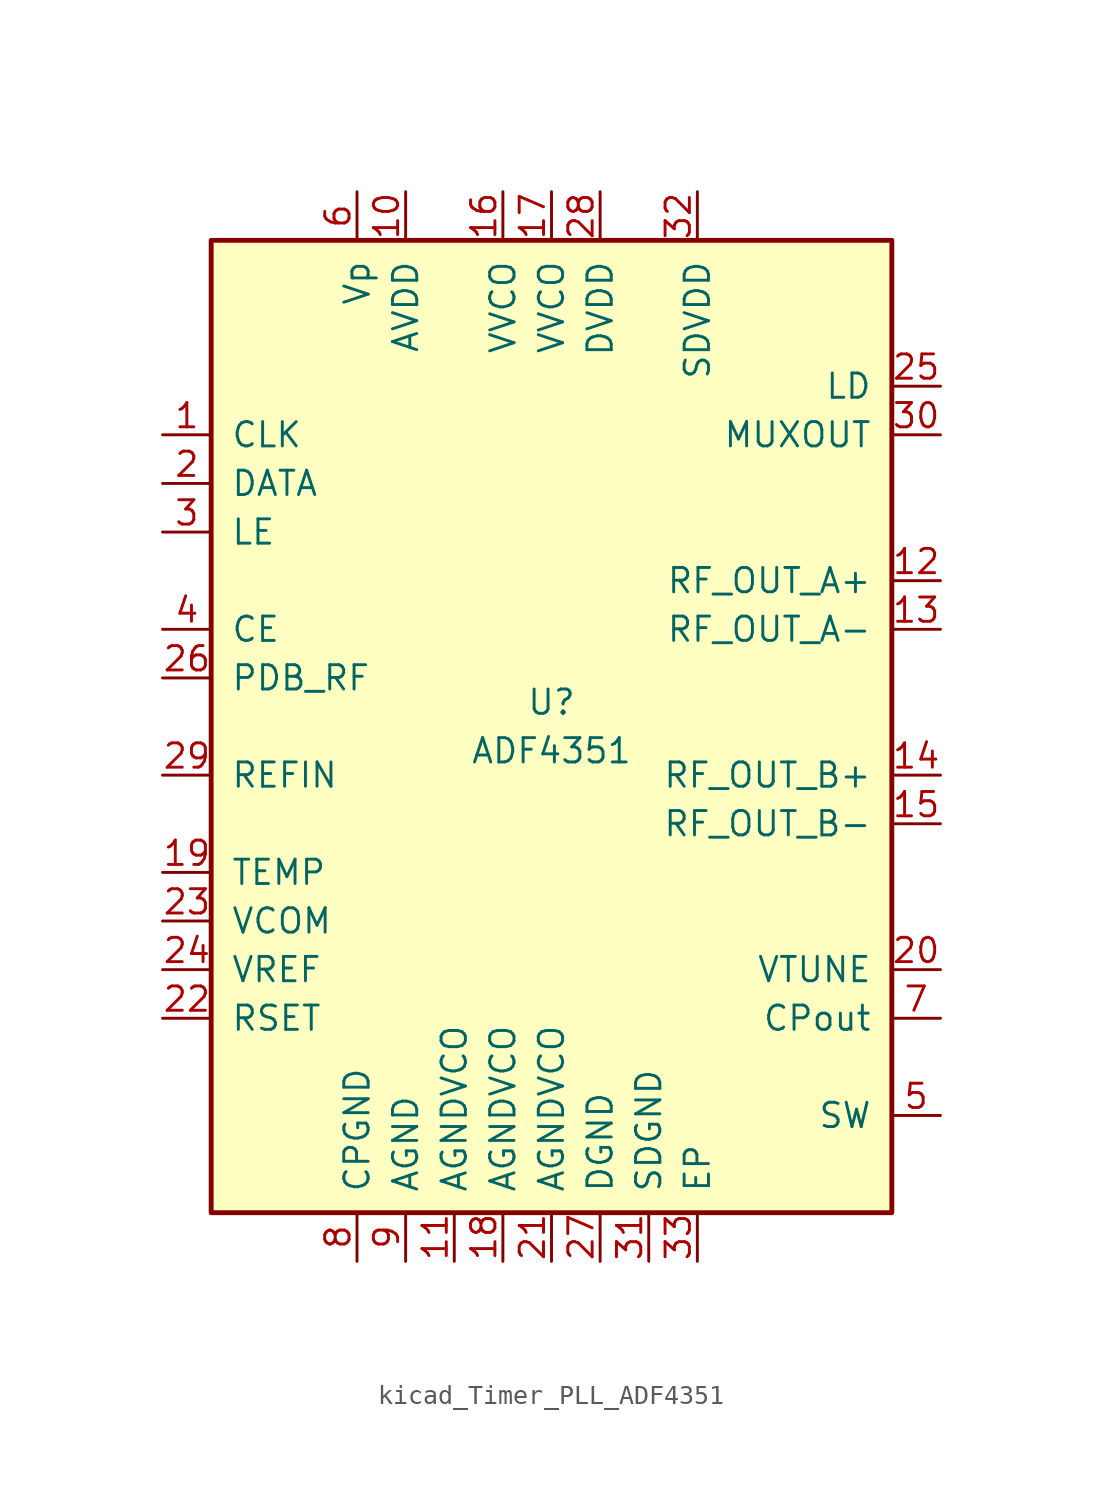
<source format=kicad_sym>
(kicad_symbol_lib
  (version 20220914)
  (generator kicad_symbol_editor)
  (symbol "kicad_Timer_PLL_ADF4351"
    (pin_names
      (offset 1.016))
    (property "Reference" "U"
      (at 0 1.27 0)
      (effects (font (size 1.27 1.27))))
    (property "Value" "ADF4351"
      (at 0 -1.27 0)
      (effects (font (size 1.27 1.27))))
    (symbol "kicad_Timer_PLL_ADF4351_0_1"
      (rectangle (start 17.78 25.4) (end -17.78 -25.4) (stroke (width 0.254) (type default)) (fill (type background))))
    (symbol "kicad_Timer_PLL_ADF4351_1_1"
      (pin input line (at -20.32 15.24 0) (length 2.54) (name "CLK" (effects (font (size 1.27 1.27)))) (number "1" (effects (font (size 1.27 1.27)))))
      (pin power_in line (at -7.62 27.94 270) (length 2.54) (name "AVDD" (effects (font (size 1.27 1.27)))) (number "10" (effects (font (size 1.27 1.27)))))
      (pin power_in line (at -5.08 -27.94 90) (length 2.54) (name "AGNDVCO" (effects (font (size 1.27 1.27)))) (number "11" (effects (font (size 1.27 1.27)))))
      (pin output line (at 20.32 7.62 180) (length 2.54) (name "RF_OUT_A+" (effects (font (size 1.27 1.27)))) (number "12" (effects (font (size 1.27 1.27)))))
      (pin output line (at 20.32 5.08 180) (length 2.54) (name "RF_OUT_A-" (effects (font (size 1.27 1.27)))) (number "13" (effects (font (size 1.27 1.27)))))
      (pin output line (at 20.32 -2.54 180) (length 2.54) (name "RF_OUT_B+" (effects (font (size 1.27 1.27)))) (number "14" (effects (font (size 1.27 1.27)))))
      (pin output line (at 20.32 -5.08 180) (length 2.54) (name "RF_OUT_B-" (effects (font (size 1.27 1.27)))) (number "15" (effects (font (size 1.27 1.27)))))
      (pin power_in line (at -2.54 27.94 270) (length 2.54) (name "VVCO" (effects (font (size 1.27 1.27)))) (number "16" (effects (font (size 1.27 1.27)))))
      (pin power_in line (at 0 27.94 270) (length 2.54) (name "VVCO" (effects (font (size 1.27 1.27)))) (number "17" (effects (font (size 1.27 1.27)))))
      (pin power_in line (at -2.54 -27.94 90) (length 2.54) (name "AGNDVCO" (effects (font (size 1.27 1.27)))) (number "18" (effects (font (size 1.27 1.27)))))
      (pin input line (at -20.32 -7.62 0) (length 2.54) (name "TEMP" (effects (font (size 1.27 1.27)))) (number "19" (effects (font (size 1.27 1.27)))))
      (pin input line (at -20.32 12.7 0) (length 2.54) (name "DATA" (effects (font (size 1.27 1.27)))) (number "2" (effects (font (size 1.27 1.27)))))
      (pin input line (at 20.32 -12.7 180) (length 2.54) (name "VTUNE" (effects (font (size 1.27 1.27)))) (number "20" (effects (font (size 1.27 1.27)))))
      (pin power_in line (at 0 -27.94 90) (length 2.54) (name "AGNDVCO" (effects (font (size 1.27 1.27)))) (number "21" (effects (font (size 1.27 1.27)))))
      (pin input line (at -20.32 -15.24 0) (length 2.54) (name "RSET" (effects (font (size 1.27 1.27)))) (number "22" (effects (font (size 1.27 1.27)))))
      (pin input line (at -20.32 -10.16 0) (length 2.54) (name "VCOM" (effects (font (size 1.27 1.27)))) (number "23" (effects (font (size 1.27 1.27)))))
      (pin input line (at -20.32 -12.7 0) (length 2.54) (name "VREF" (effects (font (size 1.27 1.27)))) (number "24" (effects (font (size 1.27 1.27)))))
      (pin input line (at 20.32 17.78 180) (length 2.54) (name "LD" (effects (font (size 1.27 1.27)))) (number "25" (effects (font (size 1.27 1.27)))))
      (pin input line (at -20.32 2.54 0) (length 2.54) (name "PDB_RF" (effects (font (size 1.27 1.27)))) (number "26" (effects (font (size 1.27 1.27)))))
      (pin power_in line (at 2.54 -27.94 90) (length 2.54) (name "DGND" (effects (font (size 1.27 1.27)))) (number "27" (effects (font (size 1.27 1.27)))))
      (pin power_in line (at 2.54 27.94 270) (length 2.54) (name "DVDD" (effects (font (size 1.27 1.27)))) (number "28" (effects (font (size 1.27 1.27)))))
      (pin input line (at -20.32 -2.54 0) (length 2.54) (name "REFIN" (effects (font (size 1.27 1.27)))) (number "29" (effects (font (size 1.27 1.27)))))
      (pin input line (at -20.32 10.16 0) (length 2.54) (name "LE" (effects (font (size 1.27 1.27)))) (number "3" (effects (font (size 1.27 1.27)))))
      (pin output line (at 20.32 15.24 180) (length 2.54) (name "MUXOUT" (effects (font (size 1.27 1.27)))) (number "30" (effects (font (size 1.27 1.27)))))
      (pin power_in line (at 5.08 -27.94 90) (length 2.54) (name "SDGND" (effects (font (size 1.27 1.27)))) (number "31" (effects (font (size 1.27 1.27)))))
      (pin power_in line (at 7.62 27.94 270) (length 2.54) (name "SDVDD" (effects (font (size 1.27 1.27)))) (number "32" (effects (font (size 1.27 1.27)))))
      (pin power_in line (at 7.62 -27.94 90) (length 2.54) (name "EP" (effects (font (size 1.27 1.27)))) (number "33" (effects (font (size 1.27 1.27)))))
      (pin input line (at -20.32 5.08 0) (length 2.54) (name "CE" (effects (font (size 1.27 1.27)))) (number "4" (effects (font (size 1.27 1.27)))))
      (pin input line (at 20.32 -20.32 180) (length 2.54) (name "SW" (effects (font (size 1.27 1.27)))) (number "5" (effects (font (size 1.27 1.27)))))
      (pin power_in line (at -10.16 27.94 270) (length 2.54) (name "Vp" (effects (font (size 1.27 1.27)))) (number "6" (effects (font (size 1.27 1.27)))))
      (pin input line (at 20.32 -15.24 180) (length 2.54) (name "CPout" (effects (font (size 1.27 1.27)))) (number "7" (effects (font (size 1.27 1.27)))))
      (pin power_in line (at -10.16 -27.94 90) (length 2.54) (name "CPGND" (effects (font (size 1.27 1.27)))) (number "8" (effects (font (size 1.27 1.27)))))
      (pin power_in line (at -7.62 -27.94 90) (length 2.54) (name "AGND" (effects (font (size 1.27 1.27)))) (number "9" (effects (font (size 1.27 1.27))))))))
</source>
